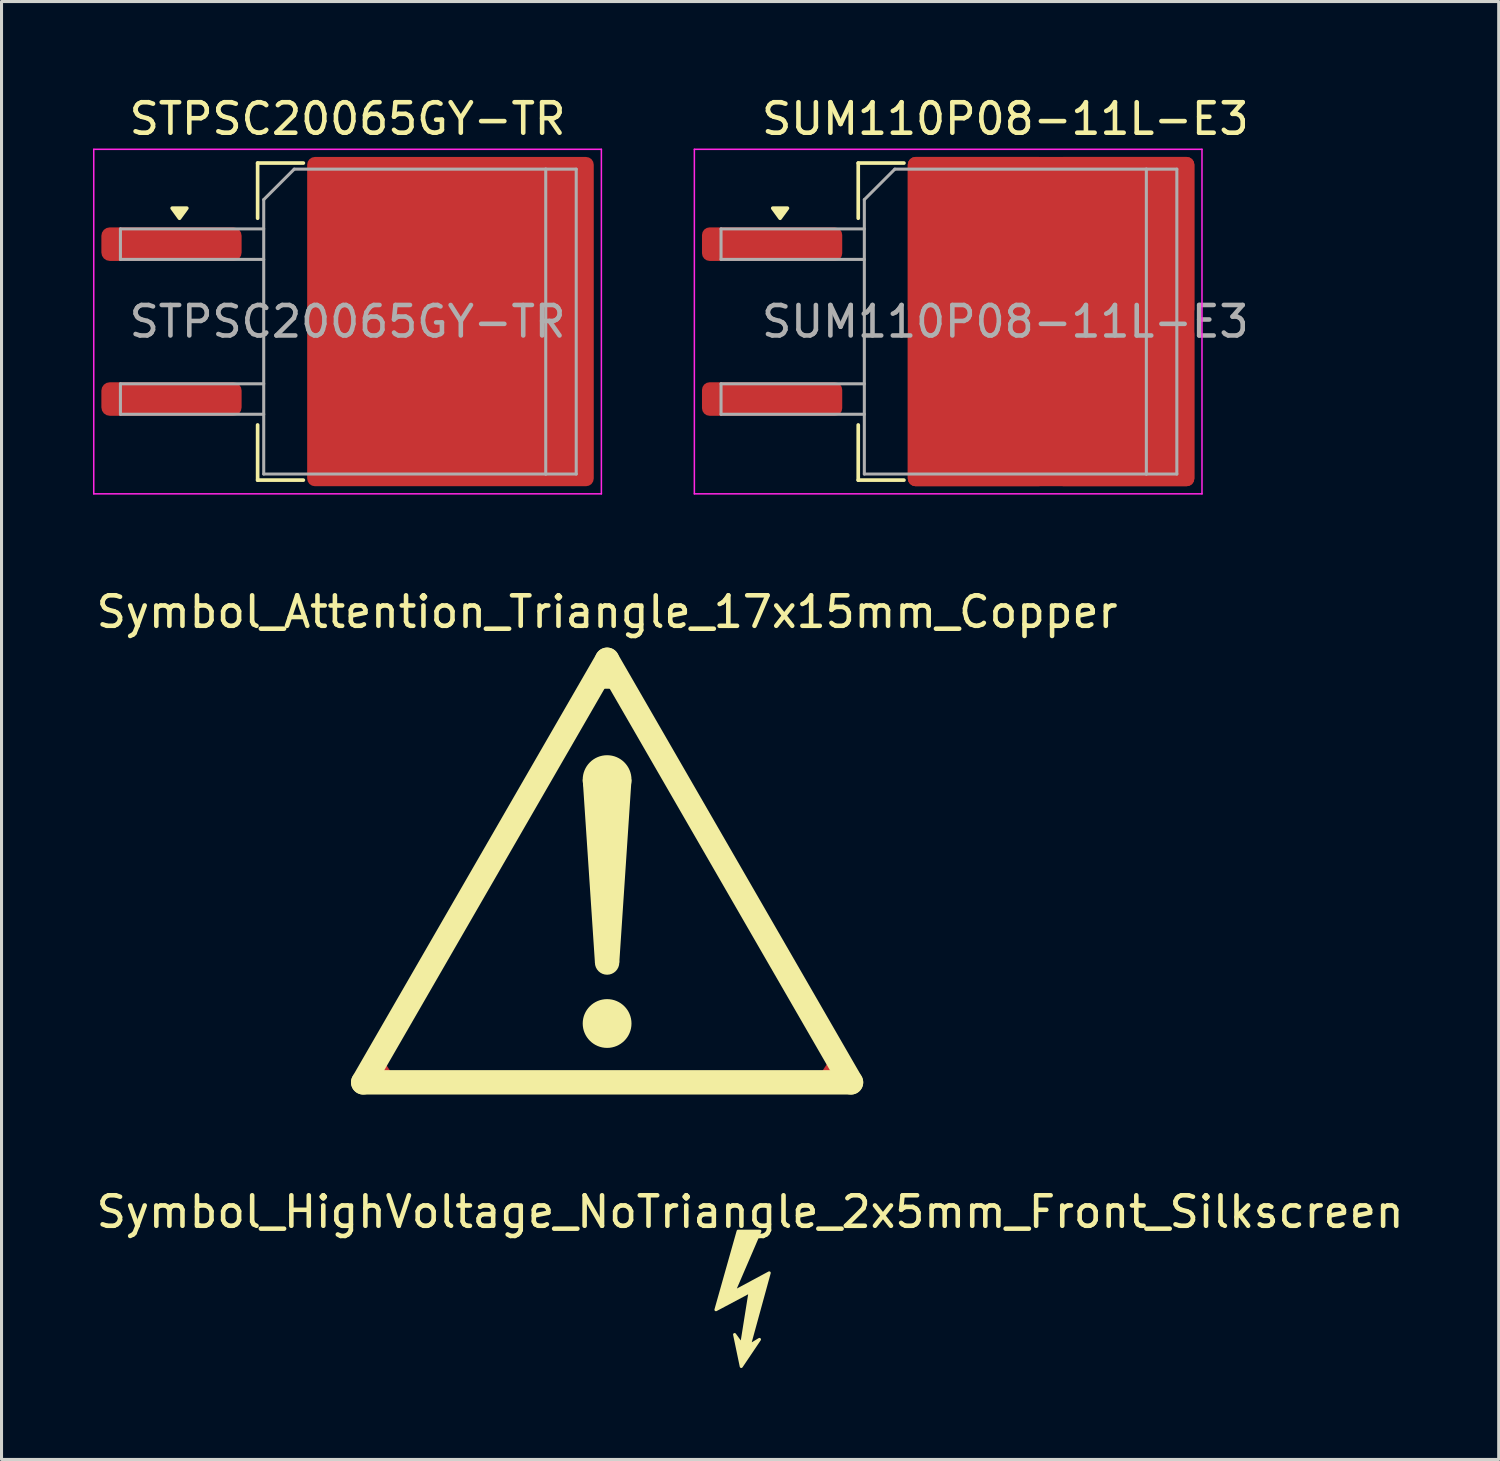
<source format=kicad_pcb>
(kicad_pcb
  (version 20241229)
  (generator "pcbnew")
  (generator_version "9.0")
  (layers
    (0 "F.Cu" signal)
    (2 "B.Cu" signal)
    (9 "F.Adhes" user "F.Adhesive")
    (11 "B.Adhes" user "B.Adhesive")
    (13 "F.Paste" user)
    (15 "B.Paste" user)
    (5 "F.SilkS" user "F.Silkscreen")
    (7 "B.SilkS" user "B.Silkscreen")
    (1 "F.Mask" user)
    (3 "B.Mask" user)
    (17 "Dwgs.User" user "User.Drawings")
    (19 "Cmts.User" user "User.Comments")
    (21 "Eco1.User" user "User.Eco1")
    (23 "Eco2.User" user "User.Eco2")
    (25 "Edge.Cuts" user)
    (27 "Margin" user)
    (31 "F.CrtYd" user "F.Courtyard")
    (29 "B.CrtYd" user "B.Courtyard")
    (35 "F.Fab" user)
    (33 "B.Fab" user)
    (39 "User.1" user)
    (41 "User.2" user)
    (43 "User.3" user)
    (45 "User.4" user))
  (footprint "Symbol_Attention_Triangle_17x15mm_Copper"
    (layer "F.Cu")
    (at 16.863 25.521)
    (property "Reference" "Symbol_Attention_Triangle_17x15mm_Copper" (at 0 -8.5 0) (layer "F.SilkS") (effects (font (size 1 1) (thickness 0.15))))
    (attr exclude_from_pos_files exclude_from_bom allow_missing_courtyard)
    (fp_line (start -7.137 6.705) (end -7.403 6.295) (stroke (width 0.2) (type default)) (layer "F.Cu"))
    (fp_line (start 7.097 6.685) (end 7.363 6.275) (stroke (width 0.2) (type default)) (layer "F.Cu"))
    (fp_line (start 8 6.93) (end 7.55 6.15) (stroke (width 0.2) (type default)) (layer "F.Cu"))
    (fp_line (start -8 6.93) (end 0 -6.93) (stroke (width 0.8) (type solid)) (layer "F.SilkS"))
    (fp_line (start -0.27 -6.08) (end 0.25 -6.08) (stroke (width 0.2) (type default)) (layer "F.SilkS"))
    (fp_line (start 8 6.93) (end -8 6.93) (stroke (width 0.8) (type solid)) (layer "F.SilkS"))
    (fp_line (start 8 6.93) (end -0.000105 -6.93) (stroke (width 0.8) (type solid)) (layer "F.SilkS"))
    (fp_circle (center 0 -3) (end 0.8 -3) (stroke (width 0) (type solid)) (fill yes) (layer "F.SilkS"))
    (fp_circle (center 0 3) (end 0.4 3) (stroke (width 0) (type solid)) (fill yes) (layer "F.SilkS"))
    (fp_circle (center 0 5) (end 0.8 5) (stroke (width 0) (type solid)) (fill yes) (layer "F.SilkS"))
    (fp_poly (pts (xy -0.4 3) (xy 0.4 3) (xy 0.8 -3) (xy -0.8 -3)) (stroke (width 0) (type solid)) (fill yes) (layer "F.SilkS")))
  (footprint "SUM110P08-11L-E3"
    (layer "F.Cu")
    (at 29.925 7.498)
    (property "Reference" "SUM110P08-11L-E3" (at 0 -6.65 0) (layer "F.SilkS") (effects (font (size 1 1) (thickness 0.15))))
    (attr smd)
    (fp_line (start -4.825 -5.2) (end -4.825 -3.39) (stroke (width 0.12) (type solid)) (layer "F.SilkS"))
    (fp_line (start -4.825 5.2) (end -4.825 3.39) (stroke (width 0.12) (type solid)) (layer "F.SilkS"))
    (fp_line (start -3.325 -5.2) (end -4.825 -5.2) (stroke (width 0.12) (type solid)) (layer "F.SilkS"))
    (fp_line (start -3.325 5.2) (end -4.825 5.2) (stroke (width 0.12) (type solid)) (layer "F.SilkS"))
    (fp_poly (pts (xy -7.388 -3.39) (xy -7.628 -3.72) (xy -7.147 -3.72) (xy -7.388 -3.39)) (stroke (width 0.12) (type solid)) (fill yes) (layer "F.SilkS"))
    (fp_line (start -10.2 -5.65) (end -10.2 5.65) (stroke (width 0.05) (type solid)) (layer "F.CrtYd"))
    (fp_line (start -10.2 5.65) (end 6.45 5.65) (stroke (width 0.05) (type solid)) (layer "F.CrtYd"))
    (fp_line (start 6.45 -5.65) (end -10.2 -5.65) (stroke (width 0.05) (type solid)) (layer "F.CrtYd"))
    (fp_line (start 6.45 5.65) (end 6.45 -5.65) (stroke (width 0.05) (type solid)) (layer "F.CrtYd"))
    (fp_line (start -9.325 -3.04) (end -9.325 -2.04) (stroke (width 0.1) (type solid)) (layer "F.Fab"))
    (fp_line (start -9.325 -2.04) (end -4.625 -2.04) (stroke (width 0.1) (type solid)) (layer "F.Fab"))
    (fp_line (start -9.325 2.04) (end -9.325 3.04) (stroke (width 0.1) (type solid)) (layer "F.Fab"))
    (fp_line (start -9.325 3.04) (end -4.625 3.04) (stroke (width 0.1) (type solid)) (layer "F.Fab"))
    (fp_line (start -4.625 -4) (end -3.625 -5) (stroke (width 0.1) (type solid)) (layer "F.Fab"))
    (fp_line (start -4.625 -3.04) (end -9.325 -3.04) (stroke (width 0.1) (type solid)) (layer "F.Fab"))
    (fp_line (start -4.625 2.04) (end -9.325 2.04) (stroke (width 0.1) (type solid)) (layer "F.Fab"))
    (fp_line (start -4.625 5) (end -4.625 -4) (stroke (width 0.1) (type solid)) (layer "F.Fab"))
    (fp_line (start -3.625 -5) (end 4.625 -5) (stroke (width 0.1) (type solid)) (layer "F.Fab"))
    (fp_line (start 4.625 -5) (end 4.625 5) (stroke (width 0.1) (type solid)) (layer "F.Fab"))
    (fp_line (start 4.625 -5) (end 5.625 -5) (stroke (width 0.1) (type solid)) (layer "F.Fab"))
    (fp_line (start 4.625 5) (end -4.625 5) (stroke (width 0.1) (type solid)) (layer "F.Fab"))
    (fp_line (start 5.625 -5) (end 5.625 5) (stroke (width 0.1) (type solid)) (layer "F.Fab"))
    (fp_line (start 5.625 5) (end 4.625 5) (stroke (width 0.1) (type solid)) (layer "F.Fab"))
    (fp_text user "${REFERENCE}" (at 0 0 0) (layer "F.Fab") (effects (font (size 1 1) (thickness 0.15))))
    (pad "1" smd roundrect (at -0.925 -2.775) (size 4.55 5.25) (layers "F.Cu" "F.Paste") (roundrect_rratio 0.055))
    (pad "1" smd roundrect (at -0.925 2.775) (size 4.55 5.25) (layers "F.Cu" "F.Paste") (roundrect_rratio 0.055))
    (pad "1" smd roundrect (at 1.5 0) (size 9.4 10.8) (layers "F.Cu" "F.Mask") (roundrect_rratio 0.027))
    (pad "1" smd roundrect (at 3.925 -2.775) (size 4.55 5.25) (layers "F.Cu" "F.Paste") (roundrect_rratio 0.055))
    (pad "1" smd roundrect (at 3.925 2.775) (size 4.55 5.25) (layers "F.Cu" "F.Paste") (roundrect_rratio 0.055))
    (pad "2" smd roundrect (at -7.65 -2.54) (size 4.6 1.1) (layers "F.Cu" "F.Mask" "F.Paste") (roundrect_rratio 0.227))
    (pad "3" smd roundrect (at -7.65 2.54) (size 4.6 1.1) (layers "F.Cu" "F.Mask" "F.Paste") (roundrect_rratio 0.227)))
  (footprint "STPSC20065GY-TR"
    (layer "F.Cu")
    (at 10.225 7.498)
    (property "Reference" "STPSC20065GY-TR" (at -1.875 -6.65 0) (layer "F.SilkS") (effects (font (size 1 1) (thickness 0.15))))
    (attr smd)
    (fp_line (start -4.825 -5.2) (end -4.825 -3.39) (stroke (width 0.12) (type solid)) (layer "F.SilkS"))
    (fp_line (start -4.825 5.2) (end -4.825 3.39) (stroke (width 0.12) (type solid)) (layer "F.SilkS"))
    (fp_line (start -3.325 -5.2) (end -4.825 -5.2) (stroke (width 0.12) (type solid)) (layer "F.SilkS"))
    (fp_line (start -3.325 5.2) (end -4.825 5.2) (stroke (width 0.12) (type solid)) (layer "F.SilkS"))
    (fp_poly (pts (xy -7.388 -3.39) (xy -7.628 -3.72) (xy -7.147 -3.72) (xy -7.388 -3.39)) (stroke (width 0.12) (type solid)) (fill yes) (layer "F.SilkS"))
    (fp_line (start -10.2 -5.65) (end -10.2 5.65) (stroke (width 0.05) (type solid)) (layer "F.CrtYd"))
    (fp_line (start -10.2 5.65) (end 6.45 5.65) (stroke (width 0.05) (type solid)) (layer "F.CrtYd"))
    (fp_line (start 6.45 -5.65) (end -10.2 -5.65) (stroke (width 0.05) (type solid)) (layer "F.CrtYd"))
    (fp_line (start 6.45 5.65) (end 6.45 -5.65) (stroke (width 0.05) (type solid)) (layer "F.CrtYd"))
    (fp_line (start -9.325 -3.04) (end -9.325 -2.04) (stroke (width 0.1) (type solid)) (layer "F.Fab"))
    (fp_line (start -9.325 -2.04) (end -4.625 -2.04) (stroke (width 0.1) (type solid)) (layer "F.Fab"))
    (fp_line (start -9.325 2.04) (end -9.325 3.04) (stroke (width 0.1) (type solid)) (layer "F.Fab"))
    (fp_line (start -9.325 3.04) (end -4.625 3.04) (stroke (width 0.1) (type solid)) (layer "F.Fab"))
    (fp_line (start -4.625 -4) (end -3.625 -5) (stroke (width 0.1) (type solid)) (layer "F.Fab"))
    (fp_line (start -4.625 -3.04) (end -9.325 -3.04) (stroke (width 0.1) (type solid)) (layer "F.Fab"))
    (fp_line (start -4.625 2.04) (end -9.325 2.04) (stroke (width 0.1) (type solid)) (layer "F.Fab"))
    (fp_line (start -4.625 5) (end -4.625 -4) (stroke (width 0.1) (type solid)) (layer "F.Fab"))
    (fp_line (start -3.625 -5) (end 4.625 -5) (stroke (width 0.1) (type solid)) (layer "F.Fab"))
    (fp_line (start 4.625 -5) (end 4.625 5) (stroke (width 0.1) (type solid)) (layer "F.Fab"))
    (fp_line (start 4.625 -5) (end 5.625 -5) (stroke (width 0.1) (type solid)) (layer "F.Fab"))
    (fp_line (start 4.625 5) (end -4.625 5) (stroke (width 0.1) (type solid)) (layer "F.Fab"))
    (fp_line (start 5.625 -5) (end 5.625 5) (stroke (width 0.1) (type solid)) (layer "F.Fab"))
    (fp_line (start 5.625 5) (end 4.625 5) (stroke (width 0.1) (type solid)) (layer "F.Fab"))
    (fp_text user "${REFERENCE}" (at -1.875 0 0) (layer "F.Fab") (effects (font (size 1 1) (thickness 0.15))))
    (pad "" smd roundrect (at -0.925 -2.775) (size 4.55 5.25) (layers "F.Paste") (roundrect_rratio 0.055))
    (pad "" smd roundrect (at -0.925 2.775) (size 4.55 5.25) (layers "F.Paste") (roundrect_rratio 0.055))
    (pad "" smd roundrect (at 3.925 -2.775) (size 4.55 5.25) (layers "F.Paste") (roundrect_rratio 0.055))
    (pad "" smd roundrect (at 3.925 2.775) (size 4.55 5.25) (layers "F.Paste") (roundrect_rratio 0.055))
    (pad "1" smd roundrect (at 1.5 0) (size 9.4 10.8) (layers "F.Cu" "F.Mask") (roundrect_rratio 0.027))
    (pad "2" smd roundrect (at -7.65 2.54) (size 4.6 1.1) (layers "F.Cu" "F.Mask" "F.Paste") (roundrect_rratio 0.25))
    (pad "NC" smd roundrect (at -7.65 -2.54) (size 4.6 1.1) (layers "F.Cu" "F.Mask" "F.Paste") (roundrect_rratio 0.25)))
  (footprint "Symbol_HighVoltage_NoTriangle_2x5mm_Front_Silkscreen"
    (layer "F.Cu")
    (at 21.554 39.7)
    (property "Reference" "Symbol_HighVoltage_NoTriangle_2x5mm_Front_Silkscreen" (at 0 -3 0) (layer "F.SilkS") (effects (font (size 1 1) (thickness 0.15))))
    (attr board_only exclude_from_pos_files exclude_from_bom allow_missing_courtyard)
    (fp_poly (pts (xy -0.538 -0.374) (xy 0.626 -1) (xy -0.029 1.387) (xy 0.306 1.183) (xy -0.291 2.07) (xy -0.509 1.023) (xy -0.276 1.343) (xy 0 -0.389) (xy -1.121 0.208) (xy -0.393 -2.368) (xy 0.32 -2.368)) (stroke (width 0.1) (type solid)) (fill yes) (layer "F.SilkS")))
  (gr_rect
    (start -3 -3)
    (end 46.107 44.82)
    (stroke (width 0.1) (type default))
    (fill no)
    (layer "Edge.Cuts")))
</source>
